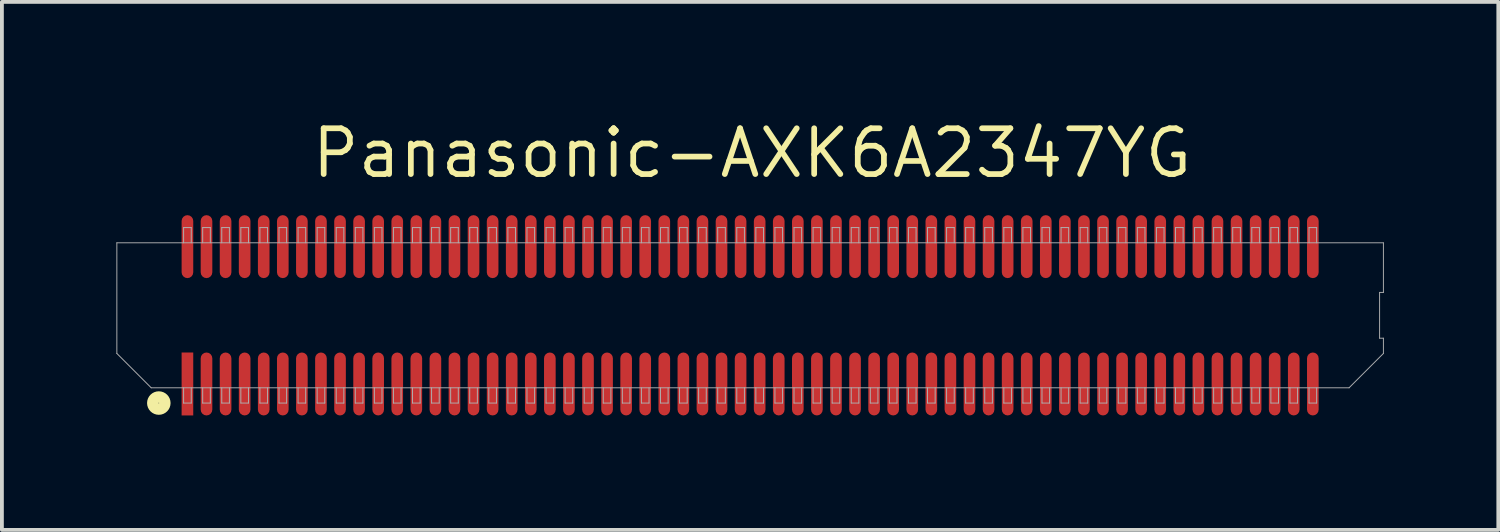
<source format=kicad_pcb>
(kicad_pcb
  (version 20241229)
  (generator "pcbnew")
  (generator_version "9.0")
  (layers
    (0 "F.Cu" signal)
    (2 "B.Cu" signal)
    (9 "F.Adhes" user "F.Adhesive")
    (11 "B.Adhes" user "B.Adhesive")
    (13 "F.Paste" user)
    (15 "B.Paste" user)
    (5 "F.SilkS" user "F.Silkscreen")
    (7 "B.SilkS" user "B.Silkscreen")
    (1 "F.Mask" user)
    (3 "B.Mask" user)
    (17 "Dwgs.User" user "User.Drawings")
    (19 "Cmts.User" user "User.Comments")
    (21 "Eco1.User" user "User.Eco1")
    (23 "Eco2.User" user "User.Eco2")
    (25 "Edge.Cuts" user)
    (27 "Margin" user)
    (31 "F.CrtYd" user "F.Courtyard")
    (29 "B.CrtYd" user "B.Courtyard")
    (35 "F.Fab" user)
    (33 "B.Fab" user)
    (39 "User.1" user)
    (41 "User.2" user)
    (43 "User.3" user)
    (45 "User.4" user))
  (footprint "Panasonic-AXK6A2347YG"
    (layer "F.Cu")
    (at 16.613 5.215)
    (property "Reference" "Panasonic-AXK6A2347YG" (at 0.05 -4.25 0) (layer "F.SilkS") (effects (font (size 1.2 1.2) (thickness 0.15))))
    (attr through_hole)
    (fp_circle (center -15.5 2.3) (end -15.35 2.35) (stroke (width 0.3) (type solid)) (fill no) (layer "F.SilkS"))
    (fp_line (start -16.6 -1.9) (end -16.6 1) (stroke (width 0.025) (type solid)) (layer "F.Fab"))
    (fp_line (start -16.6 -1.9) (end 16.6 -1.9) (stroke (width 0.025) (type solid)) (layer "F.Fab"))
    (fp_line (start -15.7 1.9) (end -16.6 1) (stroke (width 0.025) (type solid)) (layer "F.Fab"))
    (fp_line (start -14.85 -2.3) (end -14.65 -2.3) (stroke (width 0.025) (type solid)) (layer "F.Fab"))
    (fp_line (start -14.85 -1.9) (end -14.85 -2.3) (stroke (width 0.025) (type solid)) (layer "F.Fab"))
    (fp_line (start -14.85 1.9) (end -14.85 2.3) (stroke (width 0.025) (type solid)) (layer "F.Fab"))
    (fp_line (start -14.85 2.3) (end -14.65 2.3) (stroke (width 0.025) (type solid)) (layer "F.Fab"))
    (fp_line (start -14.65 -1.9) (end -14.65 -2.3) (stroke (width 0.025) (type solid)) (layer "F.Fab"))
    (fp_line (start -14.65 1.9) (end -14.65 2.3) (stroke (width 0.025) (type solid)) (layer "F.Fab"))
    (fp_line (start -14.35 -2.3) (end -14.15 -2.3) (stroke (width 0.025) (type solid)) (layer "F.Fab"))
    (fp_line (start -14.35 -1.9) (end -14.35 -2.3) (stroke (width 0.025) (type solid)) (layer "F.Fab"))
    (fp_line (start -14.35 1.9) (end -14.35 2.3) (stroke (width 0.025) (type solid)) (layer "F.Fab"))
    (fp_line (start -14.35 2.3) (end -14.15 2.3) (stroke (width 0.025) (type solid)) (layer "F.Fab"))
    (fp_line (start -14.15 -1.9) (end -14.15 -2.3) (stroke (width 0.025) (type solid)) (layer "F.Fab"))
    (fp_line (start -14.15 1.9) (end -14.15 2.3) (stroke (width 0.025) (type solid)) (layer "F.Fab"))
    (fp_line (start -13.85 -2.3) (end -13.65 -2.3) (stroke (width 0.025) (type solid)) (layer "F.Fab"))
    (fp_line (start -13.85 -1.9) (end -13.85 -2.3) (stroke (width 0.025) (type solid)) (layer "F.Fab"))
    (fp_line (start -13.85 1.9) (end -13.85 2.3) (stroke (width 0.025) (type solid)) (layer "F.Fab"))
    (fp_line (start -13.85 2.3) (end -13.65 2.3) (stroke (width 0.025) (type solid)) (layer "F.Fab"))
    (fp_line (start -13.65 -1.9) (end -13.65 -2.3) (stroke (width 0.025) (type solid)) (layer "F.Fab"))
    (fp_line (start -13.65 1.9) (end -13.65 2.3) (stroke (width 0.025) (type solid)) (layer "F.Fab"))
    (fp_line (start -13.35 -2.3) (end -13.15 -2.3) (stroke (width 0.025) (type solid)) (layer "F.Fab"))
    (fp_line (start -13.35 -1.9) (end -13.35 -2.3) (stroke (width 0.025) (type solid)) (layer "F.Fab"))
    (fp_line (start -13.35 1.9) (end -13.35 2.3) (stroke (width 0.025) (type solid)) (layer "F.Fab"))
    (fp_line (start -13.35 2.3) (end -13.15 2.3) (stroke (width 0.025) (type solid)) (layer "F.Fab"))
    (fp_line (start -13.15 -1.9) (end -13.15 -2.3) (stroke (width 0.025) (type solid)) (layer "F.Fab"))
    (fp_line (start -13.15 1.9) (end -13.15 2.3) (stroke (width 0.025) (type solid)) (layer "F.Fab"))
    (fp_line (start -12.85 -2.3) (end -12.65 -2.3) (stroke (width 0.025) (type solid)) (layer "F.Fab"))
    (fp_line (start -12.85 -1.9) (end -12.85 -2.3) (stroke (width 0.025) (type solid)) (layer "F.Fab"))
    (fp_line (start -12.85 1.9) (end -12.85 2.3) (stroke (width 0.025) (type solid)) (layer "F.Fab"))
    (fp_line (start -12.85 2.3) (end -12.65 2.3) (stroke (width 0.025) (type solid)) (layer "F.Fab"))
    (fp_line (start -12.65 -1.9) (end -12.65 -2.3) (stroke (width 0.025) (type solid)) (layer "F.Fab"))
    (fp_line (start -12.65 1.9) (end -12.65 2.3) (stroke (width 0.025) (type solid)) (layer "F.Fab"))
    (fp_line (start -12.35 -2.3) (end -12.15 -2.3) (stroke (width 0.025) (type solid)) (layer "F.Fab"))
    (fp_line (start -12.35 -1.9) (end -12.35 -2.3) (stroke (width 0.025) (type solid)) (layer "F.Fab"))
    (fp_line (start -12.35 1.9) (end -12.35 2.3) (stroke (width 0.025) (type solid)) (layer "F.Fab"))
    (fp_line (start -12.35 2.3) (end -12.15 2.3) (stroke (width 0.025) (type solid)) (layer "F.Fab"))
    (fp_line (start -12.15 -1.9) (end -12.15 -2.3) (stroke (width 0.025) (type solid)) (layer "F.Fab"))
    (fp_line (start -12.15 1.9) (end -12.15 2.3) (stroke (width 0.025) (type solid)) (layer "F.Fab"))
    (fp_line (start -11.85 -2.3) (end -11.65 -2.3) (stroke (width 0.025) (type solid)) (layer "F.Fab"))
    (fp_line (start -11.85 -1.9) (end -11.85 -2.3) (stroke (width 0.025) (type solid)) (layer "F.Fab"))
    (fp_line (start -11.85 1.9) (end -11.85 2.3) (stroke (width 0.025) (type solid)) (layer "F.Fab"))
    (fp_line (start -11.85 2.3) (end -11.65 2.3) (stroke (width 0.025) (type solid)) (layer "F.Fab"))
    (fp_line (start -11.65 -1.9) (end -11.65 -2.3) (stroke (width 0.025) (type solid)) (layer "F.Fab"))
    (fp_line (start -11.65 1.9) (end -11.65 2.3) (stroke (width 0.025) (type solid)) (layer "F.Fab"))
    (fp_line (start -11.35 -2.3) (end -11.15 -2.3) (stroke (width 0.025) (type solid)) (layer "F.Fab"))
    (fp_line (start -11.35 -1.9) (end -11.35 -2.3) (stroke (width 0.025) (type solid)) (layer "F.Fab"))
    (fp_line (start -11.35 1.9) (end -11.35 2.3) (stroke (width 0.025) (type solid)) (layer "F.Fab"))
    (fp_line (start -11.35 2.3) (end -11.15 2.3) (stroke (width 0.025) (type solid)) (layer "F.Fab"))
    (fp_line (start -11.15 -1.9) (end -11.15 -2.3) (stroke (width 0.025) (type solid)) (layer "F.Fab"))
    (fp_line (start -11.15 1.9) (end -11.15 2.3) (stroke (width 0.025) (type solid)) (layer "F.Fab"))
    (fp_line (start -10.85 -2.3) (end -10.65 -2.3) (stroke (width 0.025) (type solid)) (layer "F.Fab"))
    (fp_line (start -10.85 -1.9) (end -10.85 -2.3) (stroke (width 0.025) (type solid)) (layer "F.Fab"))
    (fp_line (start -10.85 1.9) (end -10.85 2.3) (stroke (width 0.025) (type solid)) (layer "F.Fab"))
    (fp_line (start -10.85 2.3) (end -10.65 2.3) (stroke (width 0.025) (type solid)) (layer "F.Fab"))
    (fp_line (start -10.65 -1.9) (end -10.65 -2.3) (stroke (width 0.025) (type solid)) (layer "F.Fab"))
    (fp_line (start -10.65 1.9) (end -10.65 2.3) (stroke (width 0.025) (type solid)) (layer "F.Fab"))
    (fp_line (start -10.35 -2.3) (end -10.15 -2.3) (stroke (width 0.025) (type solid)) (layer "F.Fab"))
    (fp_line (start -10.35 -1.9) (end -10.35 -2.3) (stroke (width 0.025) (type solid)) (layer "F.Fab"))
    (fp_line (start -10.35 1.9) (end -10.35 2.3) (stroke (width 0.025) (type solid)) (layer "F.Fab"))
    (fp_line (start -10.35 2.3) (end -10.15 2.3) (stroke (width 0.025) (type solid)) (layer "F.Fab"))
    (fp_line (start -10.15 -1.9) (end -10.15 -2.3) (stroke (width 0.025) (type solid)) (layer "F.Fab"))
    (fp_line (start -10.15 1.9) (end -10.15 2.3) (stroke (width 0.025) (type solid)) (layer "F.Fab"))
    (fp_line (start -9.85 -2.3) (end -9.65 -2.3) (stroke (width 0.025) (type solid)) (layer "F.Fab"))
    (fp_line (start -9.85 -1.9) (end -9.85 -2.3) (stroke (width 0.025) (type solid)) (layer "F.Fab"))
    (fp_line (start -9.85 1.9) (end -9.85 2.3) (stroke (width 0.025) (type solid)) (layer "F.Fab"))
    (fp_line (start -9.85 2.3) (end -9.65 2.3) (stroke (width 0.025) (type solid)) (layer "F.Fab"))
    (fp_line (start -9.65 -1.9) (end -9.65 -2.3) (stroke (width 0.025) (type solid)) (layer "F.Fab"))
    (fp_line (start -9.65 1.9) (end -9.65 2.3) (stroke (width 0.025) (type solid)) (layer "F.Fab"))
    (fp_line (start -9.35 -2.3) (end -9.15 -2.3) (stroke (width 0.025) (type solid)) (layer "F.Fab"))
    (fp_line (start -9.35 -1.9) (end -9.35 -2.3) (stroke (width 0.025) (type solid)) (layer "F.Fab"))
    (fp_line (start -9.35 1.9) (end -9.35 2.3) (stroke (width 0.025) (type solid)) (layer "F.Fab"))
    (fp_line (start -9.35 2.3) (end -9.15 2.3) (stroke (width 0.025) (type solid)) (layer "F.Fab"))
    (fp_line (start -9.15 -1.9) (end -9.15 -2.3) (stroke (width 0.025) (type solid)) (layer "F.Fab"))
    (fp_line (start -9.15 1.9) (end -9.15 2.3) (stroke (width 0.025) (type solid)) (layer "F.Fab"))
    (fp_line (start -8.85 -2.3) (end -8.65 -2.3) (stroke (width 0.025) (type solid)) (layer "F.Fab"))
    (fp_line (start -8.85 -1.9) (end -8.85 -2.3) (stroke (width 0.025) (type solid)) (layer "F.Fab"))
    (fp_line (start -8.85 1.9) (end -8.85 2.3) (stroke (width 0.025) (type solid)) (layer "F.Fab"))
    (fp_line (start -8.85 2.3) (end -8.65 2.3) (stroke (width 0.025) (type solid)) (layer "F.Fab"))
    (fp_line (start -8.65 -1.9) (end -8.65 -2.3) (stroke (width 0.025) (type solid)) (layer "F.Fab"))
    (fp_line (start -8.65 1.9) (end -8.65 2.3) (stroke (width 0.025) (type solid)) (layer "F.Fab"))
    (fp_line (start -8.35 -2.3) (end -8.15 -2.3) (stroke (width 0.025) (type solid)) (layer "F.Fab"))
    (fp_line (start -8.35 -1.9) (end -8.35 -2.3) (stroke (width 0.025) (type solid)) (layer "F.Fab"))
    (fp_line (start -8.35 1.9) (end -8.35 2.3) (stroke (width 0.025) (type solid)) (layer "F.Fab"))
    (fp_line (start -8.35 2.3) (end -8.15 2.3) (stroke (width 0.025) (type solid)) (layer "F.Fab"))
    (fp_line (start -8.15 -1.9) (end -8.15 -2.3) (stroke (width 0.025) (type solid)) (layer "F.Fab"))
    (fp_line (start -8.15 1.9) (end -8.15 2.3) (stroke (width 0.025) (type solid)) (layer "F.Fab"))
    (fp_line (start -7.85 -2.3) (end -7.65 -2.3) (stroke (width 0.025) (type solid)) (layer "F.Fab"))
    (fp_line (start -7.85 -1.9) (end -7.85 -2.3) (stroke (width 0.025) (type solid)) (layer "F.Fab"))
    (fp_line (start -7.85 1.9) (end -7.85 2.3) (stroke (width 0.025) (type solid)) (layer "F.Fab"))
    (fp_line (start -7.85 2.3) (end -7.65 2.3) (stroke (width 0.025) (type solid)) (layer "F.Fab"))
    (fp_line (start -7.65 -1.9) (end -7.65 -2.3) (stroke (width 0.025) (type solid)) (layer "F.Fab"))
    (fp_line (start -7.65 1.9) (end -7.65 2.3) (stroke (width 0.025) (type solid)) (layer "F.Fab"))
    (fp_line (start -7.35 -2.3) (end -7.15 -2.3) (stroke (width 0.025) (type solid)) (layer "F.Fab"))
    (fp_line (start -7.35 -1.9) (end -7.35 -2.3) (stroke (width 0.025) (type solid)) (layer "F.Fab"))
    (fp_line (start -7.35 1.9) (end -7.35 2.3) (stroke (width 0.025) (type solid)) (layer "F.Fab"))
    (fp_line (start -7.35 2.3) (end -7.15 2.3) (stroke (width 0.025) (type solid)) (layer "F.Fab"))
    (fp_line (start -7.15 -1.9) (end -7.15 -2.3) (stroke (width 0.025) (type solid)) (layer "F.Fab"))
    (fp_line (start -7.15 1.9) (end -7.15 2.3) (stroke (width 0.025) (type solid)) (layer "F.Fab"))
    (fp_line (start -6.85 -2.3) (end -6.65 -2.3) (stroke (width 0.025) (type solid)) (layer "F.Fab"))
    (fp_line (start -6.85 -1.9) (end -6.85 -2.3) (stroke (width 0.025) (type solid)) (layer "F.Fab"))
    (fp_line (start -6.85 1.9) (end -6.85 2.3) (stroke (width 0.025) (type solid)) (layer "F.Fab"))
    (fp_line (start -6.85 2.3) (end -6.65 2.3) (stroke (width 0.025) (type solid)) (layer "F.Fab"))
    (fp_line (start -6.65 -1.9) (end -6.65 -2.3) (stroke (width 0.025) (type solid)) (layer "F.Fab"))
    (fp_line (start -6.65 1.9) (end -6.65 2.3) (stroke (width 0.025) (type solid)) (layer "F.Fab"))
    (fp_line (start -6.35 -2.3) (end -6.15 -2.3) (stroke (width 0.025) (type solid)) (layer "F.Fab"))
    (fp_line (start -6.35 -1.9) (end -6.35 -2.3) (stroke (width 0.025) (type solid)) (layer "F.Fab"))
    (fp_line (start -6.35 1.9) (end -6.35 2.3) (stroke (width 0.025) (type solid)) (layer "F.Fab"))
    (fp_line (start -6.35 2.3) (end -6.15 2.3) (stroke (width 0.025) (type solid)) (layer "F.Fab"))
    (fp_line (start -6.15 -1.9) (end -6.15 -2.3) (stroke (width 0.025) (type solid)) (layer "F.Fab"))
    (fp_line (start -6.15 1.9) (end -6.15 2.3) (stroke (width 0.025) (type solid)) (layer "F.Fab"))
    (fp_line (start -5.85 -2.3) (end -5.65 -2.3) (stroke (width 0.025) (type solid)) (layer "F.Fab"))
    (fp_line (start -5.85 -1.9) (end -5.85 -2.3) (stroke (width 0.025) (type solid)) (layer "F.Fab"))
    (fp_line (start -5.85 1.9) (end -5.85 2.3) (stroke (width 0.025) (type solid)) (layer "F.Fab"))
    (fp_line (start -5.85 2.3) (end -5.65 2.3) (stroke (width 0.025) (type solid)) (layer "F.Fab"))
    (fp_line (start -5.65 -1.9) (end -5.65 -2.3) (stroke (width 0.025) (type solid)) (layer "F.Fab"))
    (fp_line (start -5.65 1.9) (end -5.65 2.3) (stroke (width 0.025) (type solid)) (layer "F.Fab"))
    (fp_line (start -5.35 -2.3) (end -5.15 -2.3) (stroke (width 0.025) (type solid)) (layer "F.Fab"))
    (fp_line (start -5.35 -1.9) (end -5.35 -2.3) (stroke (width 0.025) (type solid)) (layer "F.Fab"))
    (fp_line (start -5.35 1.9) (end -5.35 2.3) (stroke (width 0.025) (type solid)) (layer "F.Fab"))
    (fp_line (start -5.35 2.3) (end -5.15 2.3) (stroke (width 0.025) (type solid)) (layer "F.Fab"))
    (fp_line (start -5.15 -1.9) (end -5.15 -2.3) (stroke (width 0.025) (type solid)) (layer "F.Fab"))
    (fp_line (start -5.15 1.9) (end -5.15 2.3) (stroke (width 0.025) (type solid)) (layer "F.Fab"))
    (fp_line (start -4.85 -2.3) (end -4.65 -2.3) (stroke (width 0.025) (type solid)) (layer "F.Fab"))
    (fp_line (start -4.85 -1.9) (end -4.85 -2.3) (stroke (width 0.025) (type solid)) (layer "F.Fab"))
    (fp_line (start -4.85 1.9) (end -4.85 2.3) (stroke (width 0.025) (type solid)) (layer "F.Fab"))
    (fp_line (start -4.85 2.3) (end -4.65 2.3) (stroke (width 0.025) (type solid)) (layer "F.Fab"))
    (fp_line (start -4.65 -1.9) (end -4.65 -2.3) (stroke (width 0.025) (type solid)) (layer "F.Fab"))
    (fp_line (start -4.65 1.9) (end -4.65 2.3) (stroke (width 0.025) (type solid)) (layer "F.Fab"))
    (fp_line (start -4.35 -2.3) (end -4.15 -2.3) (stroke (width 0.025) (type solid)) (layer "F.Fab"))
    (fp_line (start -4.35 -1.9) (end -4.35 -2.3) (stroke (width 0.025) (type solid)) (layer "F.Fab"))
    (fp_line (start -4.35 1.9) (end -4.35 2.3) (stroke (width 0.025) (type solid)) (layer "F.Fab"))
    (fp_line (start -4.35 2.3) (end -4.15 2.3) (stroke (width 0.025) (type solid)) (layer "F.Fab"))
    (fp_line (start -4.15 -1.9) (end -4.15 -2.3) (stroke (width 0.025) (type solid)) (layer "F.Fab"))
    (fp_line (start -4.15 1.9) (end -4.15 2.3) (stroke (width 0.025) (type solid)) (layer "F.Fab"))
    (fp_line (start -3.85 -2.3) (end -3.65 -2.3) (stroke (width 0.025) (type solid)) (layer "F.Fab"))
    (fp_line (start -3.85 -1.9) (end -3.85 -2.3) (stroke (width 0.025) (type solid)) (layer "F.Fab"))
    (fp_line (start -3.85 1.9) (end -3.85 2.3) (stroke (width 0.025) (type solid)) (layer "F.Fab"))
    (fp_line (start -3.85 2.3) (end -3.65 2.3) (stroke (width 0.025) (type solid)) (layer "F.Fab"))
    (fp_line (start -3.65 -1.9) (end -3.65 -2.3) (stroke (width 0.025) (type solid)) (layer "F.Fab"))
    (fp_line (start -3.65 1.9) (end -3.65 2.3) (stroke (width 0.025) (type solid)) (layer "F.Fab"))
    (fp_line (start -3.35 -2.3) (end -3.15 -2.3) (stroke (width 0.025) (type solid)) (layer "F.Fab"))
    (fp_line (start -3.35 -1.9) (end -3.35 -2.3) (stroke (width 0.025) (type solid)) (layer "F.Fab"))
    (fp_line (start -3.35 1.9) (end -3.35 2.3) (stroke (width 0.025) (type solid)) (layer "F.Fab"))
    (fp_line (start -3.35 2.3) (end -3.15 2.3) (stroke (width 0.025) (type solid)) (layer "F.Fab"))
    (fp_line (start -3.15 -1.9) (end -3.15 -2.3) (stroke (width 0.025) (type solid)) (layer "F.Fab"))
    (fp_line (start -3.15 1.9) (end -3.15 2.3) (stroke (width 0.025) (type solid)) (layer "F.Fab"))
    (fp_line (start -2.85 -2.3) (end -2.65 -2.3) (stroke (width 0.025) (type solid)) (layer "F.Fab"))
    (fp_line (start -2.85 -1.9) (end -2.85 -2.3) (stroke (width 0.025) (type solid)) (layer "F.Fab"))
    (fp_line (start -2.85 1.9) (end -2.85 2.3) (stroke (width 0.025) (type solid)) (layer "F.Fab"))
    (fp_line (start -2.85 2.3) (end -2.65 2.3) (stroke (width 0.025) (type solid)) (layer "F.Fab"))
    (fp_line (start -2.65 -1.9) (end -2.65 -2.3) (stroke (width 0.025) (type solid)) (layer "F.Fab"))
    (fp_line (start -2.65 1.9) (end -2.65 2.3) (stroke (width 0.025) (type solid)) (layer "F.Fab"))
    (fp_line (start -2.35 -2.3) (end -2.15 -2.3) (stroke (width 0.025) (type solid)) (layer "F.Fab"))
    (fp_line (start -2.35 -1.9) (end -2.35 -2.3) (stroke (width 0.025) (type solid)) (layer "F.Fab"))
    (fp_line (start -2.35 1.9) (end -2.35 2.3) (stroke (width 0.025) (type solid)) (layer "F.Fab"))
    (fp_line (start -2.35 2.3) (end -2.15 2.3) (stroke (width 0.025) (type solid)) (layer "F.Fab"))
    (fp_line (start -2.15 -1.9) (end -2.15 -2.3) (stroke (width 0.025) (type solid)) (layer "F.Fab"))
    (fp_line (start -2.15 1.9) (end -2.15 2.3) (stroke (width 0.025) (type solid)) (layer "F.Fab"))
    (fp_line (start -1.85 -2.3) (end -1.65 -2.3) (stroke (width 0.025) (type solid)) (layer "F.Fab"))
    (fp_line (start -1.85 -1.9) (end -1.85 -2.3) (stroke (width 0.025) (type solid)) (layer "F.Fab"))
    (fp_line (start -1.85 1.9) (end -1.85 2.3) (stroke (width 0.025) (type solid)) (layer "F.Fab"))
    (fp_line (start -1.85 2.3) (end -1.65 2.3) (stroke (width 0.025) (type solid)) (layer "F.Fab"))
    (fp_line (start -1.65 -1.9) (end -1.65 -2.3) (stroke (width 0.025) (type solid)) (layer "F.Fab"))
    (fp_line (start -1.65 1.9) (end -1.65 2.3) (stroke (width 0.025) (type solid)) (layer "F.Fab"))
    (fp_line (start -1.35 -2.3) (end -1.15 -2.3) (stroke (width 0.025) (type solid)) (layer "F.Fab"))
    (fp_line (start -1.35 -1.9) (end -1.35 -2.3) (stroke (width 0.025) (type solid)) (layer "F.Fab"))
    (fp_line (start -1.35 1.9) (end -1.35 2.3) (stroke (width 0.025) (type solid)) (layer "F.Fab"))
    (fp_line (start -1.35 2.3) (end -1.15 2.3) (stroke (width 0.025) (type solid)) (layer "F.Fab"))
    (fp_line (start -1.15 -1.9) (end -1.15 -2.3) (stroke (width 0.025) (type solid)) (layer "F.Fab"))
    (fp_line (start -1.15 1.9) (end -1.15 2.3) (stroke (width 0.025) (type solid)) (layer "F.Fab"))
    (fp_line (start -0.85 -2.3) (end -0.65 -2.3) (stroke (width 0.025) (type solid)) (layer "F.Fab"))
    (fp_line (start -0.85 -1.9) (end -0.85 -2.3) (stroke (width 0.025) (type solid)) (layer "F.Fab"))
    (fp_line (start -0.85 1.9) (end -0.85 2.3) (stroke (width 0.025) (type solid)) (layer "F.Fab"))
    (fp_line (start -0.85 2.3) (end -0.65 2.3) (stroke (width 0.025) (type solid)) (layer "F.Fab"))
    (fp_line (start -0.65 -1.9) (end -0.65 -2.3) (stroke (width 0.025) (type solid)) (layer "F.Fab"))
    (fp_line (start -0.65 1.9) (end -0.65 2.3) (stroke (width 0.025) (type solid)) (layer "F.Fab"))
    (fp_line (start -0.35 -2.3) (end -0.15 -2.3) (stroke (width 0.025) (type solid)) (layer "F.Fab"))
    (fp_line (start -0.35 -1.9) (end -0.35 -2.3) (stroke (width 0.025) (type solid)) (layer "F.Fab"))
    (fp_line (start -0.35 1.9) (end -0.35 2.3) (stroke (width 0.025) (type solid)) (layer "F.Fab"))
    (fp_line (start -0.35 2.3) (end -0.15 2.3) (stroke (width 0.025) (type solid)) (layer "F.Fab"))
    (fp_line (start -0.15 -1.9) (end -0.15 -2.3) (stroke (width 0.025) (type solid)) (layer "F.Fab"))
    (fp_line (start -0.15 1.9) (end -0.15 2.3) (stroke (width 0.025) (type solid)) (layer "F.Fab"))
    (fp_line (start 0.15 -2.3) (end 0.35 -2.3) (stroke (width 0.025) (type solid)) (layer "F.Fab"))
    (fp_line (start 0.15 -1.9) (end 0.15 -2.3) (stroke (width 0.025) (type solid)) (layer "F.Fab"))
    (fp_line (start 0.15 1.9) (end 0.15 2.3) (stroke (width 0.025) (type solid)) (layer "F.Fab"))
    (fp_line (start 0.15 2.3) (end 0.35 2.3) (stroke (width 0.025) (type solid)) (layer "F.Fab"))
    (fp_line (start 0.35 -1.9) (end 0.35 -2.3) (stroke (width 0.025) (type solid)) (layer "F.Fab"))
    (fp_line (start 0.35 1.9) (end 0.35 2.3) (stroke (width 0.025) (type solid)) (layer "F.Fab"))
    (fp_line (start 0.65 -2.3) (end 0.85 -2.3) (stroke (width 0.025) (type solid)) (layer "F.Fab"))
    (fp_line (start 0.65 -1.9) (end 0.65 -2.3) (stroke (width 0.025) (type solid)) (layer "F.Fab"))
    (fp_line (start 0.65 1.9) (end 0.65 2.3) (stroke (width 0.025) (type solid)) (layer "F.Fab"))
    (fp_line (start 0.65 2.3) (end 0.85 2.3) (stroke (width 0.025) (type solid)) (layer "F.Fab"))
    (fp_line (start 0.85 -1.9) (end 0.85 -2.3) (stroke (width 0.025) (type solid)) (layer "F.Fab"))
    (fp_line (start 0.85 1.9) (end 0.85 2.3) (stroke (width 0.025) (type solid)) (layer "F.Fab"))
    (fp_line (start 1.15 -2.3) (end 1.35 -2.3) (stroke (width 0.025) (type solid)) (layer "F.Fab"))
    (fp_line (start 1.15 -1.9) (end 1.15 -2.3) (stroke (width 0.025) (type solid)) (layer "F.Fab"))
    (fp_line (start 1.15 1.9) (end 1.15 2.3) (stroke (width 0.025) (type solid)) (layer "F.Fab"))
    (fp_line (start 1.15 2.3) (end 1.35 2.3) (stroke (width 0.025) (type solid)) (layer "F.Fab"))
    (fp_line (start 1.35 -1.9) (end 1.35 -2.3) (stroke (width 0.025) (type solid)) (layer "F.Fab"))
    (fp_line (start 1.35 1.9) (end 1.35 2.3) (stroke (width 0.025) (type solid)) (layer "F.Fab"))
    (fp_line (start 1.65 -2.3) (end 1.85 -2.3) (stroke (width 0.025) (type solid)) (layer "F.Fab"))
    (fp_line (start 1.65 -1.9) (end 1.65 -2.3) (stroke (width 0.025) (type solid)) (layer "F.Fab"))
    (fp_line (start 1.65 1.9) (end 1.65 2.3) (stroke (width 0.025) (type solid)) (layer "F.Fab"))
    (fp_line (start 1.65 2.3) (end 1.85 2.3) (stroke (width 0.025) (type solid)) (layer "F.Fab"))
    (fp_line (start 1.85 -1.9) (end 1.85 -2.3) (stroke (width 0.025) (type solid)) (layer "F.Fab"))
    (fp_line (start 1.85 1.9) (end 1.85 2.3) (stroke (width 0.025) (type solid)) (layer "F.Fab"))
    (fp_line (start 2.15 -2.3) (end 2.35 -2.3) (stroke (width 0.025) (type solid)) (layer "F.Fab"))
    (fp_line (start 2.15 -1.9) (end 2.15 -2.3) (stroke (width 0.025) (type solid)) (layer "F.Fab"))
    (fp_line (start 2.15 1.9) (end 2.15 2.3) (stroke (width 0.025) (type solid)) (layer "F.Fab"))
    (fp_line (start 2.15 2.3) (end 2.35 2.3) (stroke (width 0.025) (type solid)) (layer "F.Fab"))
    (fp_line (start 2.35 -1.9) (end 2.35 -2.3) (stroke (width 0.025) (type solid)) (layer "F.Fab"))
    (fp_line (start 2.35 1.9) (end 2.35 2.3) (stroke (width 0.025) (type solid)) (layer "F.Fab"))
    (fp_line (start 2.65 -2.3) (end 2.85 -2.3) (stroke (width 0.025) (type solid)) (layer "F.Fab"))
    (fp_line (start 2.65 -1.9) (end 2.65 -2.3) (stroke (width 0.025) (type solid)) (layer "F.Fab"))
    (fp_line (start 2.65 1.9) (end 2.65 2.3) (stroke (width 0.025) (type solid)) (layer "F.Fab"))
    (fp_line (start 2.65 2.3) (end 2.85 2.3) (stroke (width 0.025) (type solid)) (layer "F.Fab"))
    (fp_line (start 2.85 -1.9) (end 2.85 -2.3) (stroke (width 0.025) (type solid)) (layer "F.Fab"))
    (fp_line (start 2.85 1.9) (end 2.85 2.3) (stroke (width 0.025) (type solid)) (layer "F.Fab"))
    (fp_line (start 3.15 -2.3) (end 3.35 -2.3) (stroke (width 0.025) (type solid)) (layer "F.Fab"))
    (fp_line (start 3.15 -1.9) (end 3.15 -2.3) (stroke (width 0.025) (type solid)) (layer "F.Fab"))
    (fp_line (start 3.15 1.9) (end 3.15 2.3) (stroke (width 0.025) (type solid)) (layer "F.Fab"))
    (fp_line (start 3.15 2.3) (end 3.35 2.3) (stroke (width 0.025) (type solid)) (layer "F.Fab"))
    (fp_line (start 3.35 -1.9) (end 3.35 -2.3) (stroke (width 0.025) (type solid)) (layer "F.Fab"))
    (fp_line (start 3.35 1.9) (end 3.35 2.3) (stroke (width 0.025) (type solid)) (layer "F.Fab"))
    (fp_line (start 3.65 -2.3) (end 3.85 -2.3) (stroke (width 0.025) (type solid)) (layer "F.Fab"))
    (fp_line (start 3.65 -1.9) (end 3.65 -2.3) (stroke (width 0.025) (type solid)) (layer "F.Fab"))
    (fp_line (start 3.65 1.9) (end 3.65 2.3) (stroke (width 0.025) (type solid)) (layer "F.Fab"))
    (fp_line (start 3.65 2.3) (end 3.85 2.3) (stroke (width 0.025) (type solid)) (layer "F.Fab"))
    (fp_line (start 3.85 -1.9) (end 3.85 -2.3) (stroke (width 0.025) (type solid)) (layer "F.Fab"))
    (fp_line (start 3.85 1.9) (end 3.85 2.3) (stroke (width 0.025) (type solid)) (layer "F.Fab"))
    (fp_line (start 4.15 -2.3) (end 4.35 -2.3) (stroke (width 0.025) (type solid)) (layer "F.Fab"))
    (fp_line (start 4.15 -1.9) (end 4.15 -2.3) (stroke (width 0.025) (type solid)) (layer "F.Fab"))
    (fp_line (start 4.15 1.9) (end 4.15 2.3) (stroke (width 0.025) (type solid)) (layer "F.Fab"))
    (fp_line (start 4.15 2.3) (end 4.35 2.3) (stroke (width 0.025) (type solid)) (layer "F.Fab"))
    (fp_line (start 4.35 -1.9) (end 4.35 -2.3) (stroke (width 0.025) (type solid)) (layer "F.Fab"))
    (fp_line (start 4.35 1.9) (end 4.35 2.3) (stroke (width 0.025) (type solid)) (layer "F.Fab"))
    (fp_line (start 4.65 -2.3) (end 4.85 -2.3) (stroke (width 0.025) (type solid)) (layer "F.Fab"))
    (fp_line (start 4.65 -1.9) (end 4.65 -2.3) (stroke (width 0.025) (type solid)) (layer "F.Fab"))
    (fp_line (start 4.65 1.9) (end 4.65 2.3) (stroke (width 0.025) (type solid)) (layer "F.Fab"))
    (fp_line (start 4.65 2.3) (end 4.85 2.3) (stroke (width 0.025) (type solid)) (layer "F.Fab"))
    (fp_line (start 4.85 -1.9) (end 4.85 -2.3) (stroke (width 0.025) (type solid)) (layer "F.Fab"))
    (fp_line (start 4.85 1.9) (end 4.85 2.3) (stroke (width 0.025) (type solid)) (layer "F.Fab"))
    (fp_line (start 5.15 -2.3) (end 5.35 -2.3) (stroke (width 0.025) (type solid)) (layer "F.Fab"))
    (fp_line (start 5.15 -1.9) (end 5.15 -2.3) (stroke (width 0.025) (type solid)) (layer "F.Fab"))
    (fp_line (start 5.15 1.9) (end 5.15 2.3) (stroke (width 0.025) (type solid)) (layer "F.Fab"))
    (fp_line (start 5.15 2.3) (end 5.35 2.3) (stroke (width 0.025) (type solid)) (layer "F.Fab"))
    (fp_line (start 5.35 -1.9) (end 5.35 -2.3) (stroke (width 0.025) (type solid)) (layer "F.Fab"))
    (fp_line (start 5.35 1.9) (end 5.35 2.3) (stroke (width 0.025) (type solid)) (layer "F.Fab"))
    (fp_line (start 5.65 -2.3) (end 5.85 -2.3) (stroke (width 0.025) (type solid)) (layer "F.Fab"))
    (fp_line (start 5.65 -1.9) (end 5.65 -2.3) (stroke (width 0.025) (type solid)) (layer "F.Fab"))
    (fp_line (start 5.65 1.9) (end 5.65 2.3) (stroke (width 0.025) (type solid)) (layer "F.Fab"))
    (fp_line (start 5.65 2.3) (end 5.85 2.3) (stroke (width 0.025) (type solid)) (layer "F.Fab"))
    (fp_line (start 5.85 -1.9) (end 5.85 -2.3) (stroke (width 0.025) (type solid)) (layer "F.Fab"))
    (fp_line (start 5.85 1.9) (end 5.85 2.3) (stroke (width 0.025) (type solid)) (layer "F.Fab"))
    (fp_line (start 6.15 -2.3) (end 6.35 -2.3) (stroke (width 0.025) (type solid)) (layer "F.Fab"))
    (fp_line (start 6.15 -1.9) (end 6.15 -2.3) (stroke (width 0.025) (type solid)) (layer "F.Fab"))
    (fp_line (start 6.15 1.9) (end 6.15 2.3) (stroke (width 0.025) (type solid)) (layer "F.Fab"))
    (fp_line (start 6.15 2.3) (end 6.35 2.3) (stroke (width 0.025) (type solid)) (layer "F.Fab"))
    (fp_line (start 6.35 -1.9) (end 6.35 -2.3) (stroke (width 0.025) (type solid)) (layer "F.Fab"))
    (fp_line (start 6.35 1.9) (end 6.35 2.3) (stroke (width 0.025) (type solid)) (layer "F.Fab"))
    (fp_line (start 6.65 -2.3) (end 6.85 -2.3) (stroke (width 0.025) (type solid)) (layer "F.Fab"))
    (fp_line (start 6.65 -1.9) (end 6.65 -2.3) (stroke (width 0.025) (type solid)) (layer "F.Fab"))
    (fp_line (start 6.65 1.9) (end 6.65 2.3) (stroke (width 0.025) (type solid)) (layer "F.Fab"))
    (fp_line (start 6.65 2.3) (end 6.85 2.3) (stroke (width 0.025) (type solid)) (layer "F.Fab"))
    (fp_line (start 6.85 -1.9) (end 6.85 -2.3) (stroke (width 0.025) (type solid)) (layer "F.Fab"))
    (fp_line (start 6.85 1.9) (end 6.85 2.3) (stroke (width 0.025) (type solid)) (layer "F.Fab"))
    (fp_line (start 7.15 -2.3) (end 7.35 -2.3) (stroke (width 0.025) (type solid)) (layer "F.Fab"))
    (fp_line (start 7.15 -1.9) (end 7.15 -2.3) (stroke (width 0.025) (type solid)) (layer "F.Fab"))
    (fp_line (start 7.15 1.9) (end 7.15 2.3) (stroke (width 0.025) (type solid)) (layer "F.Fab"))
    (fp_line (start 7.15 2.3) (end 7.35 2.3) (stroke (width 0.025) (type solid)) (layer "F.Fab"))
    (fp_line (start 7.35 -1.9) (end 7.35 -2.3) (stroke (width 0.025) (type solid)) (layer "F.Fab"))
    (fp_line (start 7.35 1.9) (end 7.35 2.3) (stroke (width 0.025) (type solid)) (layer "F.Fab"))
    (fp_line (start 7.65 -2.3) (end 7.85 -2.3) (stroke (width 0.025) (type solid)) (layer "F.Fab"))
    (fp_line (start 7.65 -1.9) (end 7.65 -2.3) (stroke (width 0.025) (type solid)) (layer "F.Fab"))
    (fp_line (start 7.65 1.9) (end 7.65 2.3) (stroke (width 0.025) (type solid)) (layer "F.Fab"))
    (fp_line (start 7.65 2.3) (end 7.85 2.3) (stroke (width 0.025) (type solid)) (layer "F.Fab"))
    (fp_line (start 7.85 -1.9) (end 7.85 -2.3) (stroke (width 0.025) (type solid)) (layer "F.Fab"))
    (fp_line (start 7.85 1.9) (end 7.85 2.3) (stroke (width 0.025) (type solid)) (layer "F.Fab"))
    (fp_line (start 8.15 -2.3) (end 8.35 -2.3) (stroke (width 0.025) (type solid)) (layer "F.Fab"))
    (fp_line (start 8.15 -1.9) (end 8.15 -2.3) (stroke (width 0.025) (type solid)) (layer "F.Fab"))
    (fp_line (start 8.15 1.9) (end 8.15 2.3) (stroke (width 0.025) (type solid)) (layer "F.Fab"))
    (fp_line (start 8.15 2.3) (end 8.35 2.3) (stroke (width 0.025) (type solid)) (layer "F.Fab"))
    (fp_line (start 8.35 -1.9) (end 8.35 -2.3) (stroke (width 0.025) (type solid)) (layer "F.Fab"))
    (fp_line (start 8.35 1.9) (end 8.35 2.3) (stroke (width 0.025) (type solid)) (layer "F.Fab"))
    (fp_line (start 8.65 -2.3) (end 8.85 -2.3) (stroke (width 0.025) (type solid)) (layer "F.Fab"))
    (fp_line (start 8.65 -1.9) (end 8.65 -2.3) (stroke (width 0.025) (type solid)) (layer "F.Fab"))
    (fp_line (start 8.65 1.9) (end 8.65 2.3) (stroke (width 0.025) (type solid)) (layer "F.Fab"))
    (fp_line (start 8.65 2.3) (end 8.85 2.3) (stroke (width 0.025) (type solid)) (layer "F.Fab"))
    (fp_line (start 8.85 -1.9) (end 8.85 -2.3) (stroke (width 0.025) (type solid)) (layer "F.Fab"))
    (fp_line (start 8.85 1.9) (end 8.85 2.3) (stroke (width 0.025) (type solid)) (layer "F.Fab"))
    (fp_line (start 9.15 -2.3) (end 9.35 -2.3) (stroke (width 0.025) (type solid)) (layer "F.Fab"))
    (fp_line (start 9.15 -1.9) (end 9.15 -2.3) (stroke (width 0.025) (type solid)) (layer "F.Fab"))
    (fp_line (start 9.15 1.9) (end 9.15 2.3) (stroke (width 0.025) (type solid)) (layer "F.Fab"))
    (fp_line (start 9.15 2.3) (end 9.35 2.3) (stroke (width 0.025) (type solid)) (layer "F.Fab"))
    (fp_line (start 9.35 -1.9) (end 9.35 -2.3) (stroke (width 0.025) (type solid)) (layer "F.Fab"))
    (fp_line (start 9.35 1.9) (end 9.35 2.3) (stroke (width 0.025) (type solid)) (layer "F.Fab"))
    (fp_line (start 9.65 -2.3) (end 9.85 -2.3) (stroke (width 0.025) (type solid)) (layer "F.Fab"))
    (fp_line (start 9.65 -1.9) (end 9.65 -2.3) (stroke (width 0.025) (type solid)) (layer "F.Fab"))
    (fp_line (start 9.65 1.9) (end 9.65 2.3) (stroke (width 0.025) (type solid)) (layer "F.Fab"))
    (fp_line (start 9.65 2.3) (end 9.85 2.3) (stroke (width 0.025) (type solid)) (layer "F.Fab"))
    (fp_line (start 9.85 -1.9) (end 9.85 -2.3) (stroke (width 0.025) (type solid)) (layer "F.Fab"))
    (fp_line (start 9.85 1.9) (end 9.85 2.3) (stroke (width 0.025) (type solid)) (layer "F.Fab"))
    (fp_line (start 10.15 -2.3) (end 10.35 -2.3) (stroke (width 0.025) (type solid)) (layer "F.Fab"))
    (fp_line (start 10.15 -1.9) (end 10.15 -2.3) (stroke (width 0.025) (type solid)) (layer "F.Fab"))
    (fp_line (start 10.15 1.9) (end 10.15 2.3) (stroke (width 0.025) (type solid)) (layer "F.Fab"))
    (fp_line (start 10.15 2.3) (end 10.35 2.3) (stroke (width 0.025) (type solid)) (layer "F.Fab"))
    (fp_line (start 10.35 -1.9) (end 10.35 -2.3) (stroke (width 0.025) (type solid)) (layer "F.Fab"))
    (fp_line (start 10.35 1.9) (end 10.35 2.3) (stroke (width 0.025) (type solid)) (layer "F.Fab"))
    (fp_line (start 10.65 -2.3) (end 10.85 -2.3) (stroke (width 0.025) (type solid)) (layer "F.Fab"))
    (fp_line (start 10.65 -1.9) (end 10.65 -2.3) (stroke (width 0.025) (type solid)) (layer "F.Fab"))
    (fp_line (start 10.65 1.9) (end 10.65 2.3) (stroke (width 0.025) (type solid)) (layer "F.Fab"))
    (fp_line (start 10.65 2.3) (end 10.85 2.3) (stroke (width 0.025) (type solid)) (layer "F.Fab"))
    (fp_line (start 10.85 -1.9) (end 10.85 -2.3) (stroke (width 0.025) (type solid)) (layer "F.Fab"))
    (fp_line (start 10.85 1.9) (end 10.85 2.3) (stroke (width 0.025) (type solid)) (layer "F.Fab"))
    (fp_line (start 11.15 -2.3) (end 11.35 -2.3) (stroke (width 0.025) (type solid)) (layer "F.Fab"))
    (fp_line (start 11.15 -1.9) (end 11.15 -2.3) (stroke (width 0.025) (type solid)) (layer "F.Fab"))
    (fp_line (start 11.15 1.9) (end 11.15 2.3) (stroke (width 0.025) (type solid)) (layer "F.Fab"))
    (fp_line (start 11.15 2.3) (end 11.35 2.3) (stroke (width 0.025) (type solid)) (layer "F.Fab"))
    (fp_line (start 11.35 -1.9) (end 11.35 -2.3) (stroke (width 0.025) (type solid)) (layer "F.Fab"))
    (fp_line (start 11.35 1.9) (end 11.35 2.3) (stroke (width 0.025) (type solid)) (layer "F.Fab"))
    (fp_line (start 11.65 -2.3) (end 11.85 -2.3) (stroke (width 0.025) (type solid)) (layer "F.Fab"))
    (fp_line (start 11.65 -1.9) (end 11.65 -2.3) (stroke (width 0.025) (type solid)) (layer "F.Fab"))
    (fp_line (start 11.65 1.9) (end 11.65 2.3) (stroke (width 0.025) (type solid)) (layer "F.Fab"))
    (fp_line (start 11.65 2.3) (end 11.85 2.3) (stroke (width 0.025) (type solid)) (layer "F.Fab"))
    (fp_line (start 11.85 -1.9) (end 11.85 -2.3) (stroke (width 0.025) (type solid)) (layer "F.Fab"))
    (fp_line (start 11.85 1.9) (end 11.85 2.3) (stroke (width 0.025) (type solid)) (layer "F.Fab"))
    (fp_line (start 12.15 -2.3) (end 12.35 -2.3) (stroke (width 0.025) (type solid)) (layer "F.Fab"))
    (fp_line (start 12.15 -1.9) (end 12.15 -2.3) (stroke (width 0.025) (type solid)) (layer "F.Fab"))
    (fp_line (start 12.15 1.9) (end 12.15 2.3) (stroke (width 0.025) (type solid)) (layer "F.Fab"))
    (fp_line (start 12.15 2.3) (end 12.35 2.3) (stroke (width 0.025) (type solid)) (layer "F.Fab"))
    (fp_line (start 12.35 -1.9) (end 12.35 -2.3) (stroke (width 0.025) (type solid)) (layer "F.Fab"))
    (fp_line (start 12.35 1.9) (end 12.35 2.3) (stroke (width 0.025) (type solid)) (layer "F.Fab"))
    (fp_line (start 12.65 -2.3) (end 12.85 -2.3) (stroke (width 0.025) (type solid)) (layer "F.Fab"))
    (fp_line (start 12.65 -1.9) (end 12.65 -2.3) (stroke (width 0.025) (type solid)) (layer "F.Fab"))
    (fp_line (start 12.65 1.9) (end 12.65 2.3) (stroke (width 0.025) (type solid)) (layer "F.Fab"))
    (fp_line (start 12.65 2.3) (end 12.85 2.3) (stroke (width 0.025) (type solid)) (layer "F.Fab"))
    (fp_line (start 12.85 -1.9) (end 12.85 -2.3) (stroke (width 0.025) (type solid)) (layer "F.Fab"))
    (fp_line (start 12.85 1.9) (end 12.85 2.3) (stroke (width 0.025) (type solid)) (layer "F.Fab"))
    (fp_line (start 13.15 -2.3) (end 13.35 -2.3) (stroke (width 0.025) (type solid)) (layer "F.Fab"))
    (fp_line (start 13.15 -1.9) (end 13.15 -2.3) (stroke (width 0.025) (type solid)) (layer "F.Fab"))
    (fp_line (start 13.15 1.9) (end 13.15 2.3) (stroke (width 0.025) (type solid)) (layer "F.Fab"))
    (fp_line (start 13.15 2.3) (end 13.35 2.3) (stroke (width 0.025) (type solid)) (layer "F.Fab"))
    (fp_line (start 13.35 -1.9) (end 13.35 -2.3) (stroke (width 0.025) (type solid)) (layer "F.Fab"))
    (fp_line (start 13.35 1.9) (end 13.35 2.3) (stroke (width 0.025) (type solid)) (layer "F.Fab"))
    (fp_line (start 13.65 -2.3) (end 13.85 -2.3) (stroke (width 0.025) (type solid)) (layer "F.Fab"))
    (fp_line (start 13.65 -1.9) (end 13.65 -2.3) (stroke (width 0.025) (type solid)) (layer "F.Fab"))
    (fp_line (start 13.65 1.9) (end 13.65 2.3) (stroke (width 0.025) (type solid)) (layer "F.Fab"))
    (fp_line (start 13.65 2.3) (end 13.85 2.3) (stroke (width 0.025) (type solid)) (layer "F.Fab"))
    (fp_line (start 13.85 -1.9) (end 13.85 -2.3) (stroke (width 0.025) (type solid)) (layer "F.Fab"))
    (fp_line (start 13.85 1.9) (end 13.85 2.3) (stroke (width 0.025) (type solid)) (layer "F.Fab"))
    (fp_line (start 14.15 -2.3) (end 14.35 -2.3) (stroke (width 0.025) (type solid)) (layer "F.Fab"))
    (fp_line (start 14.15 -1.9) (end 14.15 -2.3) (stroke (width 0.025) (type solid)) (layer "F.Fab"))
    (fp_line (start 14.15 1.9) (end 14.15 2.3) (stroke (width 0.025) (type solid)) (layer "F.Fab"))
    (fp_line (start 14.15 2.3) (end 14.35 2.3) (stroke (width 0.025) (type solid)) (layer "F.Fab"))
    (fp_line (start 14.35 -1.9) (end 14.35 -2.3) (stroke (width 0.025) (type solid)) (layer "F.Fab"))
    (fp_line (start 14.35 1.9) (end 14.35 2.3) (stroke (width 0.025) (type solid)) (layer "F.Fab"))
    (fp_line (start 14.65 -2.3) (end 14.85 -2.3) (stroke (width 0.025) (type solid)) (layer "F.Fab"))
    (fp_line (start 14.65 -1.9) (end 14.65 -2.3) (stroke (width 0.025) (type solid)) (layer "F.Fab"))
    (fp_line (start 14.65 1.9) (end 14.65 2.3) (stroke (width 0.025) (type solid)) (layer "F.Fab"))
    (fp_line (start 14.65 2.3) (end 14.85 2.3) (stroke (width 0.025) (type solid)) (layer "F.Fab"))
    (fp_line (start 14.85 -1.9) (end 14.85 -2.3) (stroke (width 0.025) (type solid)) (layer "F.Fab"))
    (fp_line (start 14.85 1.9) (end 14.85 2.3) (stroke (width 0.025) (type solid)) (layer "F.Fab"))
    (fp_line (start 15.7 1.9) (end -15.7 1.9) (stroke (width 0.025) (type solid)) (layer "F.Fab"))
    (fp_line (start 15.7 1.9) (end 16.6 1) (stroke (width 0.025) (type solid)) (layer "F.Fab"))
    (fp_line (start 16.5 -0.6) (end 16.6 -0.6) (stroke (width 0.025) (type solid)) (layer "F.Fab"))
    (fp_line (start 16.5 0.6) (end 16.5 -0.6) (stroke (width 0.025) (type solid)) (layer "F.Fab"))
    (fp_line (start 16.6 -1.9) (end 16.6 -0.6) (stroke (width 0.025) (type solid)) (layer "F.Fab"))
    (fp_line (start 16.6 0.6) (end 16.5 0.6) (stroke (width 0.025) (type solid)) (layer "F.Fab"))
    (fp_line (start 16.6 0.6) (end 16.6 1) (stroke (width 0.025) (type solid)) (layer "F.Fab"))
    (pad "1" smd rect (at -14.75 1.8) (size 0.305 1.65) (layers "F.Cu" "F.Mask" "F.Paste"))
    (pad "2" smd roundrect (at -14.75 -1.8) (size 0.305 1.65) (layers "F.Cu" "F.Mask" "F.Paste") (roundrect_rratio 0.5))
    (pad "3" smd roundrect (at -14.25 1.8) (size 0.305 1.65) (layers "F.Cu" "F.Mask" "F.Paste") (roundrect_rratio 0.5))
    (pad "4" smd roundrect (at -14.25 -1.8) (size 0.305 1.65) (layers "F.Cu" "F.Mask" "F.Paste") (roundrect_rratio 0.5))
    (pad "5" smd roundrect (at -13.75 1.8) (size 0.305 1.65) (layers "F.Cu" "F.Mask" "F.Paste") (roundrect_rratio 0.5))
    (pad "6" smd roundrect (at -13.75 -1.8) (size 0.305 1.65) (layers "F.Cu" "F.Mask" "F.Paste") (roundrect_rratio 0.5))
    (pad "7" smd roundrect (at -13.25 1.8) (size 0.305 1.65) (layers "F.Cu" "F.Mask" "F.Paste") (roundrect_rratio 0.5))
    (pad "8" smd roundrect (at -13.25 -1.8) (size 0.305 1.65) (layers "F.Cu" "F.Mask" "F.Paste") (roundrect_rratio 0.5))
    (pad "9" smd roundrect (at -12.75 1.8) (size 0.305 1.65) (layers "F.Cu" "F.Mask" "F.Paste") (roundrect_rratio 0.5))
    (pad "10" smd roundrect (at -12.75 -1.8) (size 0.305 1.65) (layers "F.Cu" "F.Mask" "F.Paste") (roundrect_rratio 0.5))
    (pad "11" smd roundrect (at -12.25 1.8) (size 0.305 1.65) (layers "F.Cu" "F.Mask" "F.Paste") (roundrect_rratio 0.5))
    (pad "12" smd roundrect (at -12.25 -1.8) (size 0.305 1.65) (layers "F.Cu" "F.Mask" "F.Paste") (roundrect_rratio 0.5))
    (pad "13" smd roundrect (at -11.75 1.8) (size 0.305 1.65) (layers "F.Cu" "F.Mask" "F.Paste") (roundrect_rratio 0.5))
    (pad "14" smd roundrect (at -11.75 -1.8) (size 0.305 1.65) (layers "F.Cu" "F.Mask" "F.Paste") (roundrect_rratio 0.5))
    (pad "15" smd roundrect (at -11.25 1.8) (size 0.305 1.65) (layers "F.Cu" "F.Mask" "F.Paste") (roundrect_rratio 0.5))
    (pad "16" smd roundrect (at -11.25 -1.8) (size 0.305 1.65) (layers "F.Cu" "F.Mask" "F.Paste") (roundrect_rratio 0.5))
    (pad "17" smd roundrect (at -10.75 1.8) (size 0.305 1.65) (layers "F.Cu" "F.Mask" "F.Paste") (roundrect_rratio 0.5))
    (pad "18" smd roundrect (at -10.75 -1.8) (size 0.305 1.65) (layers "F.Cu" "F.Mask" "F.Paste") (roundrect_rratio 0.5))
    (pad "19" smd roundrect (at -10.25 1.8) (size 0.305 1.65) (layers "F.Cu" "F.Mask" "F.Paste") (roundrect_rratio 0.5))
    (pad "20" smd roundrect (at -10.25 -1.8) (size 0.305 1.65) (layers "F.Cu" "F.Mask" "F.Paste") (roundrect_rratio 0.5))
    (pad "21" smd roundrect (at -9.75 1.8) (size 0.305 1.65) (layers "F.Cu" "F.Mask" "F.Paste") (roundrect_rratio 0.5))
    (pad "22" smd roundrect (at -9.75 -1.8) (size 0.305 1.65) (layers "F.Cu" "F.Mask" "F.Paste") (roundrect_rratio 0.5))
    (pad "23" smd roundrect (at -9.25 1.8) (size 0.305 1.65) (layers "F.Cu" "F.Mask" "F.Paste") (roundrect_rratio 0.5))
    (pad "24" smd roundrect (at -9.25 -1.8) (size 0.305 1.65) (layers "F.Cu" "F.Mask" "F.Paste") (roundrect_rratio 0.5))
    (pad "25" smd roundrect (at -8.75 1.8) (size 0.305 1.65) (layers "F.Cu" "F.Mask" "F.Paste") (roundrect_rratio 0.5))
    (pad "26" smd roundrect (at -8.75 -1.8) (size 0.305 1.65) (layers "F.Cu" "F.Mask" "F.Paste") (roundrect_rratio 0.5))
    (pad "27" smd roundrect (at -8.25 1.8) (size 0.305 1.65) (layers "F.Cu" "F.Mask" "F.Paste") (roundrect_rratio 0.5))
    (pad "28" smd roundrect (at -8.25 -1.8) (size 0.305 1.65) (layers "F.Cu" "F.Mask" "F.Paste") (roundrect_rratio 0.5))
    (pad "29" smd roundrect (at -7.75 1.8) (size 0.305 1.65) (layers "F.Cu" "F.Mask" "F.Paste") (roundrect_rratio 0.5))
    (pad "30" smd roundrect (at -7.75 -1.8) (size 0.305 1.65) (layers "F.Cu" "F.Mask" "F.Paste") (roundrect_rratio 0.5))
    (pad "31" smd roundrect (at -7.25 1.8) (size 0.305 1.65) (layers "F.Cu" "F.Mask" "F.Paste") (roundrect_rratio 0.5))
    (pad "32" smd roundrect (at -7.25 -1.8) (size 0.305 1.65) (layers "F.Cu" "F.Mask" "F.Paste") (roundrect_rratio 0.5))
    (pad "33" smd roundrect (at -6.75 1.8) (size 0.305 1.65) (layers "F.Cu" "F.Mask" "F.Paste") (roundrect_rratio 0.5))
    (pad "34" smd roundrect (at -6.75 -1.8) (size 0.305 1.65) (layers "F.Cu" "F.Mask" "F.Paste") (roundrect_rratio 0.5))
    (pad "35" smd roundrect (at -6.25 1.8) (size 0.305 1.65) (layers "F.Cu" "F.Mask" "F.Paste") (roundrect_rratio 0.5))
    (pad "36" smd roundrect (at -6.25 -1.8) (size 0.305 1.65) (layers "F.Cu" "F.Mask" "F.Paste") (roundrect_rratio 0.5))
    (pad "37" smd roundrect (at -5.75 1.8) (size 0.305 1.65) (layers "F.Cu" "F.Mask" "F.Paste") (roundrect_rratio 0.5))
    (pad "38" smd roundrect (at -5.75 -1.8) (size 0.305 1.65) (layers "F.Cu" "F.Mask" "F.Paste") (roundrect_rratio 0.5))
    (pad "39" smd roundrect (at -5.25 1.8) (size 0.305 1.65) (layers "F.Cu" "F.Mask" "F.Paste") (roundrect_rratio 0.5))
    (pad "40" smd roundrect (at -5.25 -1.8) (size 0.305 1.65) (layers "F.Cu" "F.Mask" "F.Paste") (roundrect_rratio 0.5))
    (pad "41" smd roundrect (at -4.75 1.8) (size 0.305 1.65) (layers "F.Cu" "F.Mask" "F.Paste") (roundrect_rratio 0.5))
    (pad "42" smd roundrect (at -4.75 -1.8) (size 0.305 1.65) (layers "F.Cu" "F.Mask" "F.Paste") (roundrect_rratio 0.5))
    (pad "43" smd roundrect (at -4.25 1.8) (size 0.305 1.65) (layers "F.Cu" "F.Mask" "F.Paste") (roundrect_rratio 0.5))
    (pad "44" smd roundrect (at -4.25 -1.8) (size 0.305 1.65) (layers "F.Cu" "F.Mask" "F.Paste") (roundrect_rratio 0.5))
    (pad "45" smd roundrect (at -3.75 1.8) (size 0.305 1.65) (layers "F.Cu" "F.Mask" "F.Paste") (roundrect_rratio 0.5))
    (pad "46" smd roundrect (at -3.75 -1.8) (size 0.305 1.65) (layers "F.Cu" "F.Mask" "F.Paste") (roundrect_rratio 0.5))
    (pad "47" smd roundrect (at -3.25 1.8) (size 0.305 1.65) (layers "F.Cu" "F.Mask" "F.Paste") (roundrect_rratio 0.5))
    (pad "48" smd roundrect (at -3.25 -1.8) (size 0.305 1.65) (layers "F.Cu" "F.Mask" "F.Paste") (roundrect_rratio 0.5))
    (pad "49" smd roundrect (at -2.75 1.8) (size 0.305 1.65) (layers "F.Cu" "F.Mask" "F.Paste") (roundrect_rratio 0.5))
    (pad "50" smd roundrect (at -2.75 -1.8) (size 0.305 1.65) (layers "F.Cu" "F.Mask" "F.Paste") (roundrect_rratio 0.5))
    (pad "51" smd roundrect (at -2.25 1.8) (size 0.305 1.65) (layers "F.Cu" "F.Mask" "F.Paste") (roundrect_rratio 0.5))
    (pad "52" smd roundrect (at -2.25 -1.8) (size 0.305 1.65) (layers "F.Cu" "F.Mask" "F.Paste") (roundrect_rratio 0.5))
    (pad "53" smd roundrect (at -1.75 1.8) (size 0.305 1.65) (layers "F.Cu" "F.Mask" "F.Paste") (roundrect_rratio 0.5))
    (pad "54" smd roundrect (at -1.75 -1.8) (size 0.305 1.65) (layers "F.Cu" "F.Mask" "F.Paste") (roundrect_rratio 0.5))
    (pad "55" smd roundrect (at -1.25 1.8) (size 0.305 1.65) (layers "F.Cu" "F.Mask" "F.Paste") (roundrect_rratio 0.5))
    (pad "56" smd roundrect (at -1.25 -1.8) (size 0.305 1.65) (layers "F.Cu" "F.Mask" "F.Paste") (roundrect_rratio 0.5))
    (pad "57" smd roundrect (at -0.75 1.8) (size 0.305 1.65) (layers "F.Cu" "F.Mask" "F.Paste") (roundrect_rratio 0.5))
    (pad "58" smd roundrect (at -0.75 -1.8) (size 0.305 1.65) (layers "F.Cu" "F.Mask" "F.Paste") (roundrect_rratio 0.5))
    (pad "59" smd roundrect (at -0.25 1.8) (size 0.305 1.65) (layers "F.Cu" "F.Mask" "F.Paste") (roundrect_rratio 0.5))
    (pad "60" smd roundrect (at -0.25 -1.8) (size 0.305 1.65) (layers "F.Cu" "F.Mask" "F.Paste") (roundrect_rratio 0.5))
    (pad "61" smd roundrect (at 0.25 1.8) (size 0.305 1.65) (layers "F.Cu" "F.Mask" "F.Paste") (roundrect_rratio 0.5))
    (pad "62" smd roundrect (at 0.25 -1.8) (size 0.305 1.65) (layers "F.Cu" "F.Mask" "F.Paste") (roundrect_rratio 0.5))
    (pad "63" smd roundrect (at 0.75 1.8) (size 0.305 1.65) (layers "F.Cu" "F.Mask" "F.Paste") (roundrect_rratio 0.5))
    (pad "64" smd roundrect (at 0.75 -1.8) (size 0.305 1.65) (layers "F.Cu" "F.Mask" "F.Paste") (roundrect_rratio 0.5))
    (pad "65" smd roundrect (at 1.25 1.8) (size 0.305 1.65) (layers "F.Cu" "F.Mask" "F.Paste") (roundrect_rratio 0.5))
    (pad "66" smd roundrect (at 1.25 -1.8) (size 0.305 1.65) (layers "F.Cu" "F.Mask" "F.Paste") (roundrect_rratio 0.5))
    (pad "67" smd roundrect (at 1.75 1.8) (size 0.305 1.65) (layers "F.Cu" "F.Mask" "F.Paste") (roundrect_rratio 0.5))
    (pad "68" smd roundrect (at 1.75 -1.8) (size 0.305 1.65) (layers "F.Cu" "F.Mask" "F.Paste") (roundrect_rratio 0.5))
    (pad "69" smd roundrect (at 2.25 1.8) (size 0.305 1.65) (layers "F.Cu" "F.Mask" "F.Paste") (roundrect_rratio 0.5))
    (pad "70" smd roundrect (at 2.25 -1.8) (size 0.305 1.65) (layers "F.Cu" "F.Mask" "F.Paste") (roundrect_rratio 0.5))
    (pad "71" smd roundrect (at 2.75 1.8) (size 0.305 1.65) (layers "F.Cu" "F.Mask" "F.Paste") (roundrect_rratio 0.5))
    (pad "72" smd roundrect (at 2.75 -1.8) (size 0.305 1.65) (layers "F.Cu" "F.Mask" "F.Paste") (roundrect_rratio 0.5))
    (pad "73" smd roundrect (at 3.25 1.8) (size 0.305 1.65) (layers "F.Cu" "F.Mask" "F.Paste") (roundrect_rratio 0.5))
    (pad "74" smd roundrect (at 3.25 -1.8) (size 0.305 1.65) (layers "F.Cu" "F.Mask" "F.Paste") (roundrect_rratio 0.5))
    (pad "75" smd roundrect (at 3.75 1.8) (size 0.305 1.65) (layers "F.Cu" "F.Mask" "F.Paste") (roundrect_rratio 0.5))
    (pad "76" smd roundrect (at 3.75 -1.8) (size 0.305 1.65) (layers "F.Cu" "F.Mask" "F.Paste") (roundrect_rratio 0.5))
    (pad "77" smd roundrect (at 4.25 1.8) (size 0.305 1.65) (layers "F.Cu" "F.Mask" "F.Paste") (roundrect_rratio 0.5))
    (pad "78" smd roundrect (at 4.25 -1.8) (size 0.305 1.65) (layers "F.Cu" "F.Mask" "F.Paste") (roundrect_rratio 0.5))
    (pad "79" smd roundrect (at 4.75 1.8) (size 0.305 1.65) (layers "F.Cu" "F.Mask" "F.Paste") (roundrect_rratio 0.5))
    (pad "80" smd roundrect (at 4.75 -1.8) (size 0.305 1.65) (layers "F.Cu" "F.Mask" "F.Paste") (roundrect_rratio 0.5))
    (pad "81" smd roundrect (at 5.25 1.8) (size 0.305 1.65) (layers "F.Cu" "F.Mask" "F.Paste") (roundrect_rratio 0.5))
    (pad "82" smd roundrect (at 5.25 -1.8) (size 0.305 1.65) (layers "F.Cu" "F.Mask" "F.Paste") (roundrect_rratio 0.5))
    (pad "83" smd roundrect (at 5.75 1.8) (size 0.305 1.65) (layers "F.Cu" "F.Mask" "F.Paste") (roundrect_rratio 0.5))
    (pad "84" smd roundrect (at 5.75 -1.8) (size 0.305 1.65) (layers "F.Cu" "F.Mask" "F.Paste") (roundrect_rratio 0.5))
    (pad "85" smd roundrect (at 6.25 1.8) (size 0.305 1.65) (layers "F.Cu" "F.Mask" "F.Paste") (roundrect_rratio 0.5))
    (pad "86" smd roundrect (at 6.25 -1.8) (size 0.305 1.65) (layers "F.Cu" "F.Mask" "F.Paste") (roundrect_rratio 0.5))
    (pad "87" smd roundrect (at 6.75 1.8) (size 0.305 1.65) (layers "F.Cu" "F.Mask" "F.Paste") (roundrect_rratio 0.5))
    (pad "88" smd roundrect (at 6.75 -1.8) (size 0.305 1.65) (layers "F.Cu" "F.Mask" "F.Paste") (roundrect_rratio 0.5))
    (pad "89" smd roundrect (at 7.25 1.8) (size 0.305 1.65) (layers "F.Cu" "F.Mask" "F.Paste") (roundrect_rratio 0.5))
    (pad "90" smd roundrect (at 7.25 -1.8) (size 0.305 1.65) (layers "F.Cu" "F.Mask" "F.Paste") (roundrect_rratio 0.5))
    (pad "91" smd roundrect (at 7.75 1.8) (size 0.305 1.65) (layers "F.Cu" "F.Mask" "F.Paste") (roundrect_rratio 0.5))
    (pad "92" smd roundrect (at 7.75 -1.8) (size 0.305 1.65) (layers "F.Cu" "F.Mask" "F.Paste") (roundrect_rratio 0.5))
    (pad "93" smd roundrect (at 8.25 1.8) (size 0.305 1.65) (layers "F.Cu" "F.Mask" "F.Paste") (roundrect_rratio 0.5))
    (pad "94" smd roundrect (at 8.25 -1.8) (size 0.305 1.65) (layers "F.Cu" "F.Mask" "F.Paste") (roundrect_rratio 0.5))
    (pad "95" smd roundrect (at 8.75 1.8) (size 0.305 1.65) (layers "F.Cu" "F.Mask" "F.Paste") (roundrect_rratio 0.5))
    (pad "96" smd roundrect (at 8.75 -1.8) (size 0.305 1.65) (layers "F.Cu" "F.Mask" "F.Paste") (roundrect_rratio 0.5))
    (pad "97" smd roundrect (at 9.25 1.8) (size 0.305 1.65) (layers "F.Cu" "F.Mask" "F.Paste") (roundrect_rratio 0.5))
    (pad "98" smd roundrect (at 9.25 -1.8) (size 0.305 1.65) (layers "F.Cu" "F.Mask" "F.Paste") (roundrect_rratio 0.5))
    (pad "99" smd roundrect (at 9.75 1.8) (size 0.305 1.65) (layers "F.Cu" "F.Mask" "F.Paste") (roundrect_rratio 0.5))
    (pad "100" smd roundrect (at 9.75 -1.8) (size 0.305 1.65) (layers "F.Cu" "F.Mask" "F.Paste") (roundrect_rratio 0.5))
    (pad "101" smd roundrect (at 10.25 1.8) (size 0.305 1.65) (layers "F.Cu" "F.Mask" "F.Paste") (roundrect_rratio 0.5))
    (pad "102" smd roundrect (at 10.25 -1.8) (size 0.305 1.65) (layers "F.Cu" "F.Mask" "F.Paste") (roundrect_rratio 0.5))
    (pad "103" smd roundrect (at 10.75 1.8) (size 0.305 1.65) (layers "F.Cu" "F.Mask" "F.Paste") (roundrect_rratio 0.5))
    (pad "104" smd roundrect (at 10.75 -1.8) (size 0.305 1.65) (layers "F.Cu" "F.Mask" "F.Paste") (roundrect_rratio 0.5))
    (pad "105" smd roundrect (at 11.25 1.8) (size 0.305 1.65) (layers "F.Cu" "F.Mask" "F.Paste") (roundrect_rratio 0.5))
    (pad "106" smd roundrect (at 11.25 -1.8) (size 0.305 1.65) (layers "F.Cu" "F.Mask" "F.Paste") (roundrect_rratio 0.5))
    (pad "107" smd roundrect (at 11.75 1.8) (size 0.305 1.65) (layers "F.Cu" "F.Mask" "F.Paste") (roundrect_rratio 0.5))
    (pad "108" smd roundrect (at 11.75 -1.8) (size 0.305 1.65) (layers "F.Cu" "F.Mask" "F.Paste") (roundrect_rratio 0.5))
    (pad "109" smd roundrect (at 12.25 1.8) (size 0.305 1.65) (layers "F.Cu" "F.Mask" "F.Paste") (roundrect_rratio 0.5))
    (pad "110" smd roundrect (at 12.25 -1.8) (size 0.305 1.65) (layers "F.Cu" "F.Mask" "F.Paste") (roundrect_rratio 0.5))
    (pad "111" smd roundrect (at 12.75 1.8) (size 0.305 1.65) (layers "F.Cu" "F.Mask" "F.Paste") (roundrect_rratio 0.5))
    (pad "112" smd roundrect (at 12.75 -1.8) (size 0.305 1.65) (layers "F.Cu" "F.Mask" "F.Paste") (roundrect_rratio 0.5))
    (pad "113" smd roundrect (at 13.25 1.8) (size 0.305 1.65) (layers "F.Cu" "F.Mask" "F.Paste") (roundrect_rratio 0.5))
    (pad "114" smd roundrect (at 13.25 -1.8) (size 0.305 1.65) (layers "F.Cu" "F.Mask" "F.Paste") (roundrect_rratio 0.5))
    (pad "115" smd roundrect (at 13.75 1.8) (size 0.305 1.65) (layers "F.Cu" "F.Mask" "F.Paste") (roundrect_rratio 0.5))
    (pad "116" smd roundrect (at 13.75 -1.8) (size 0.305 1.65) (layers "F.Cu" "F.Mask" "F.Paste") (roundrect_rratio 0.5))
    (pad "117" smd roundrect (at 14.25 1.8) (size 0.305 1.65) (layers "F.Cu" "F.Mask" "F.Paste") (roundrect_rratio 0.5))
    (pad "118" smd roundrect (at 14.25 -1.8) (size 0.305 1.65) (layers "F.Cu" "F.Mask" "F.Paste") (roundrect_rratio 0.5))
    (pad "119" smd roundrect (at 14.75 1.8) (size 0.305 1.65) (layers "F.Cu" "F.Mask" "F.Paste") (roundrect_rratio 0.5))
    (pad "120" smd roundrect (at 14.75 -1.8) (size 0.305 1.65) (layers "F.Cu" "F.Mask" "F.Paste") (roundrect_rratio 0.5)))
  (gr_rect
    (start -3 -3)
    (end 36.225 10.84)
    (stroke (width 0.1) (type default))
    (fill no)
    (layer "Edge.Cuts")))
</source>
